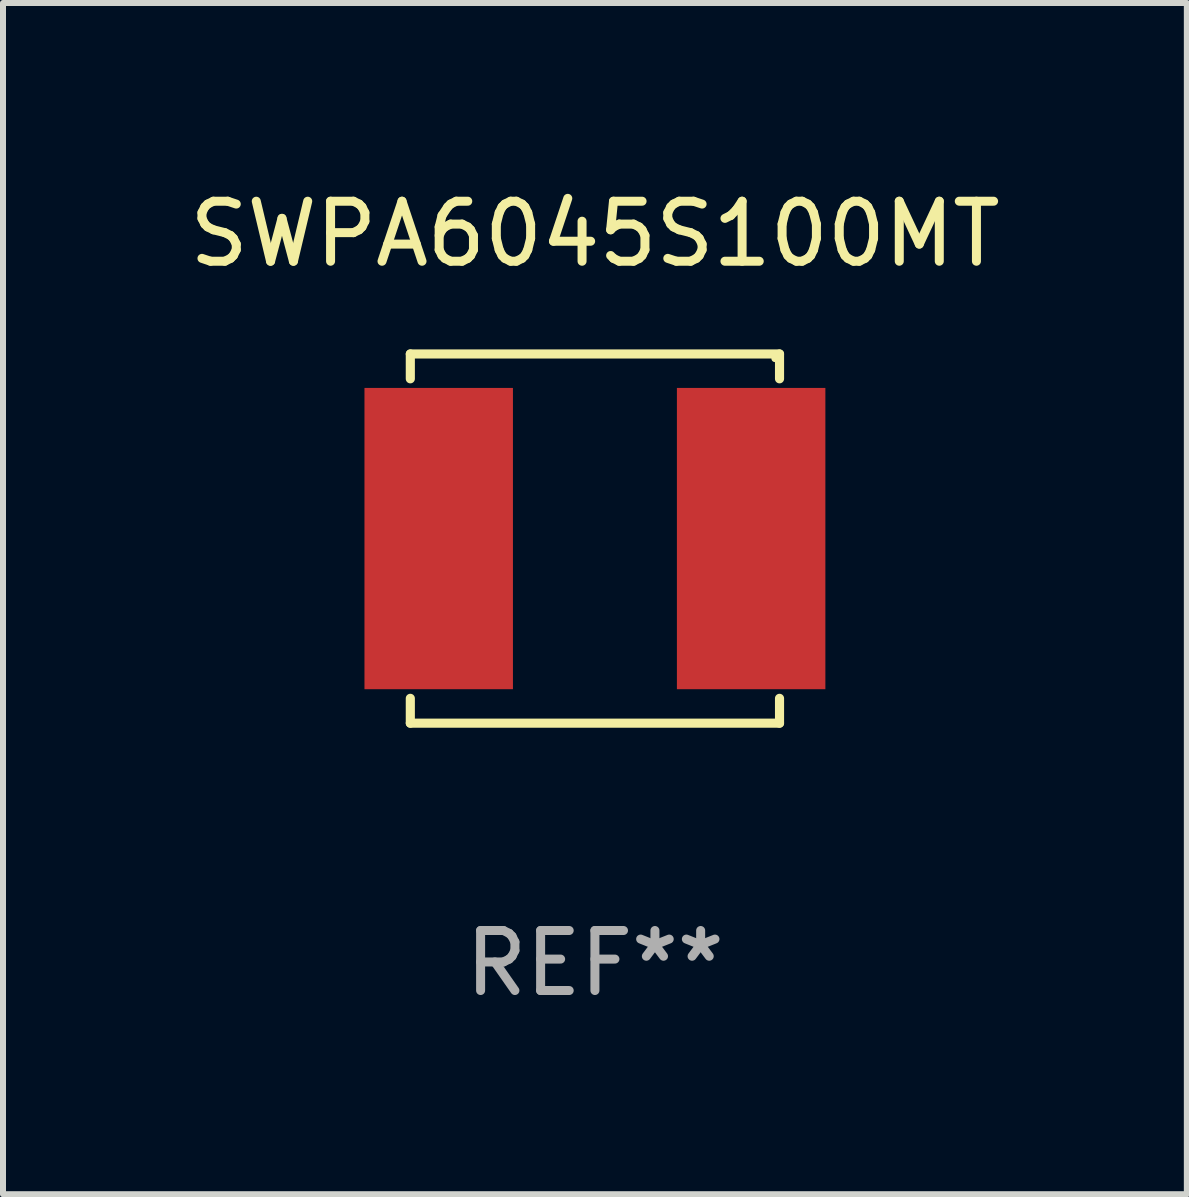
<source format=kicad_pcb>
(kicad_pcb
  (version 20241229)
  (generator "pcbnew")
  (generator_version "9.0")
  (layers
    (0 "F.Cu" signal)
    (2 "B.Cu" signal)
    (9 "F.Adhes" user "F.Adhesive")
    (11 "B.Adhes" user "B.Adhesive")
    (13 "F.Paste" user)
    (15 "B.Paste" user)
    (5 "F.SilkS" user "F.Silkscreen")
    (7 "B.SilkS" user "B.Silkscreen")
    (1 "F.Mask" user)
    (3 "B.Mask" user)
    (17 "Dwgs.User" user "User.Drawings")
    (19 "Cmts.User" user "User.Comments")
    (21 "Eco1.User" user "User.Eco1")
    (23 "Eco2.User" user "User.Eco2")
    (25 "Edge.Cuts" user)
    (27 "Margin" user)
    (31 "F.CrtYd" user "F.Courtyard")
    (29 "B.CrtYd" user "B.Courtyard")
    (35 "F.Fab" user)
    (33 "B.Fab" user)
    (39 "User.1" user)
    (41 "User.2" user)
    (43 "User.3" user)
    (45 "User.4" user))
  (footprint "SWPA6045S100MT"
    (layer "F.Cu")
    (at 6.863 5.924)
    (property "Reference" "SWPA6045S100MT" (at 0 -5.076 0) (layer "F.SilkS") (effects (font (size 1 1) (thickness 0.15))))
    (attr through_hole)
    (fp_line (start -3.076 -3.076) (end 3.076 -3.076) (stroke (width 0.152) (type solid)) (layer "F.SilkS"))
    (fp_line (start -3.076 -2.662) (end -3.076 -3.076) (stroke (width 0.152) (type solid)) (layer "F.SilkS"))
    (fp_line (start -3.076 2.662) (end -3.076 3.076) (stroke (width 0.152) (type solid)) (layer "F.SilkS"))
    (fp_line (start -3.076 3.076) (end 3.076 3.076) (stroke (width 0.152) (type solid)) (layer "F.SilkS"))
    (fp_line (start 3.076 -3.076) (end 3.076 -2.662) (stroke (width 0.152) (type solid)) (layer "F.SilkS"))
    (fp_line (start 3.076 3.076) (end 3.076 2.662) (stroke (width 0.152) (type solid)) (layer "F.SilkS"))
    (fp_circle (center 3 -3) (end 3.03 -3) (stroke (width 0.06) (type solid)) (fill no) (layer "F.SilkS"))
    (fp_text user "REF**" (at 0 7.076 0) (layer "F.Fab") (effects (font (size 1 1) (thickness 0.15))))
    (pad "1" smd rect (at 2.603 0) (size 2.474 5.02) (layers "F.Cu" "F.Mask" "F.Paste"))
    (pad "2" smd rect (at -2.603 0) (size 2.474 5.02) (layers "F.Cu" "F.Mask" "F.Paste")))
  (gr_rect
    (start -3 -3)
    (end 16.726 16.849)
    (stroke (width 0.1) (type default))
    (fill no)
    (layer "Edge.Cuts")))
</source>
